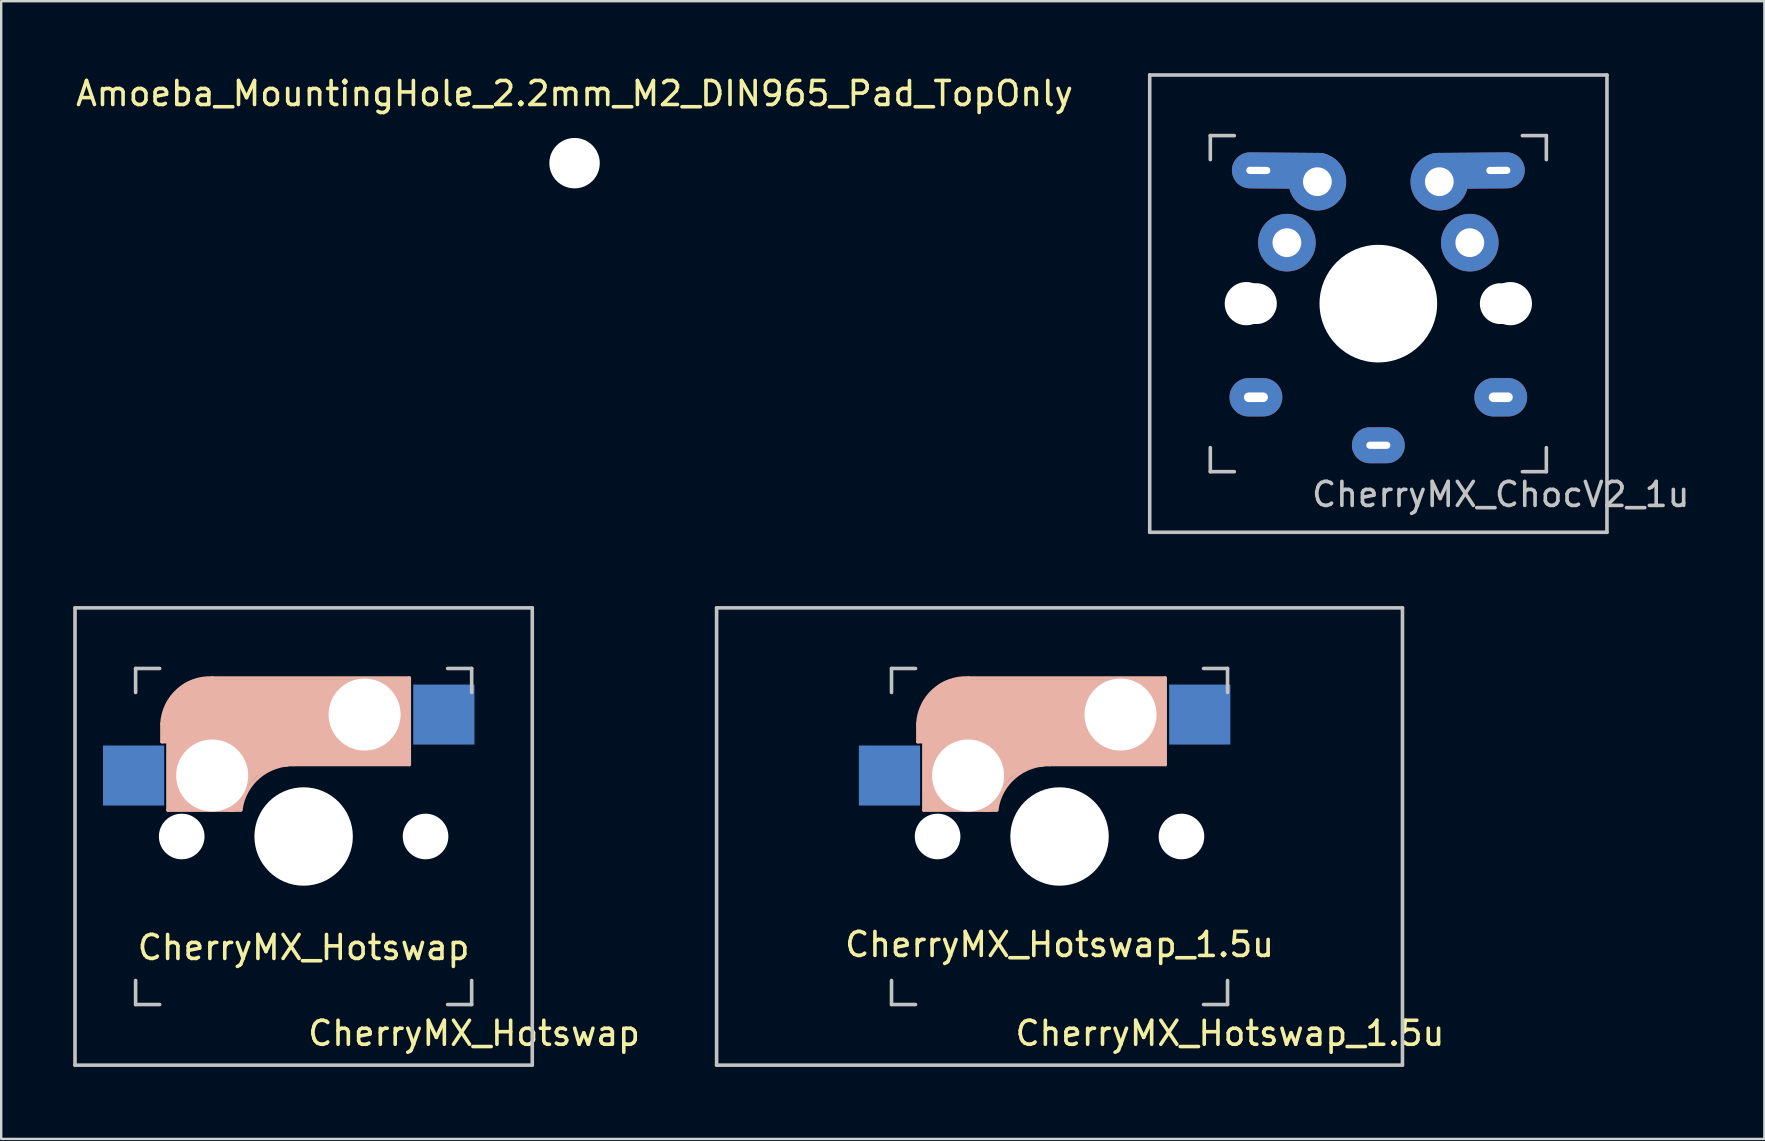
<source format=kicad_pcb>
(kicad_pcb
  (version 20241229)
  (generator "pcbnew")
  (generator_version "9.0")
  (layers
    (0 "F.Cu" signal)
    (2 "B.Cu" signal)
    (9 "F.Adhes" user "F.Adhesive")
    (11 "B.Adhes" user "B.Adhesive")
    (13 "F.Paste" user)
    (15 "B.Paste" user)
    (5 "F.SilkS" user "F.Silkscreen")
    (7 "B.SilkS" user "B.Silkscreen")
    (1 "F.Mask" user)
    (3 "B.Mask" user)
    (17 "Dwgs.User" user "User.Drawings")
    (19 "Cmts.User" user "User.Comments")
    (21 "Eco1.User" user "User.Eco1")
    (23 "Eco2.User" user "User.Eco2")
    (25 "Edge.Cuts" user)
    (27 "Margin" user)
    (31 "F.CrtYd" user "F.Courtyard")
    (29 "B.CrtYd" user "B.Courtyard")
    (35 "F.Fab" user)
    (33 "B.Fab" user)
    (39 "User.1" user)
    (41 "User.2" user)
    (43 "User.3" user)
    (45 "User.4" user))
  (footprint "CherryMX_Hotswap"
    (layer "F.Cu")
    (at 9.6 31.8)
    (property "Reference" "CherryMX_Hotswap" (at 7.1 8.2 0) (layer "F.SilkS") (effects (font (size 1 1) (thickness 0.15))))
    (attr through_hole)
    (fp_line (start -5.9 -4.7) (end -5.9 -3.95) (stroke (width 0.15) (type solid)) (layer "B.SilkS"))
    (fp_line (start -5.9 -3.95) (end -5.7 -3.95) (stroke (width 0.15) (type solid)) (layer "B.SilkS"))
    (fp_line (start -5.8 -4.05) (end -5.8 -4.7) (stroke (width 0.3) (type solid)) (layer "B.SilkS"))
    (fp_line (start -5.65 -5.55) (end -5.65 -1.1) (stroke (width 0.15) (type solid)) (layer "B.SilkS"))
    (fp_line (start -5.65 -1.1) (end -2.62 -1.1) (stroke (width 0.15) (type solid)) (layer "B.SilkS"))
    (fp_line (start -5.45 -1.3) (end -3 -1.3) (stroke (width 0.5) (type solid)) (layer "B.SilkS"))
    (fp_line (start -5.3 -1.6) (end -5.3 -3.4) (stroke (width 0.8) (type solid)) (layer "B.SilkS"))
    (fp_line (start -4.17 -5.1) (end -4.17 -2.86) (stroke (width 3) (type solid)) (layer "B.SilkS"))
    (fp_line (start -0.4 -3) (end 4.4 -3) (stroke (width 0.15) (type solid)) (layer "B.SilkS"))
    (fp_line (start 2.6 -4.8) (end -4.1 -4.8) (stroke (width 3.5) (type solid)) (layer "B.SilkS"))
    (fp_line (start 3.9 -6) (end 3.9 -3.5) (stroke (width 1) (type solid)) (layer "B.SilkS"))
    (fp_line (start 4.2 -3.25) (end 2.9 -3.3) (stroke (width 0.5) (type solid)) (layer "B.SilkS"))
    (fp_line (start 4.25 -6.4) (end 3 -6.4) (stroke (width 0.4) (type solid)) (layer "B.SilkS"))
    (fp_line (start 4.38 -4) (end 4.38 -6.25) (stroke (width 0.15) (type solid)) (layer "B.SilkS"))
    (fp_line (start 4.4 -6.6) (end -3.8 -6.6) (stroke (width 0.15) (type solid)) (layer "B.SilkS"))
    (fp_line (start 4.4 -3) (end 4.4 -6.6) (stroke (width 0.15) (type solid)) (layer "B.SilkS"))
    (fp_arc (start -5.9 -4.699999) (mid -5.243504 -6.084924) (end -3.800001 -6.6) (stroke (width 0.15) (type solid)) (layer "B.SilkS"))
    (fp_arc (start -3.016318 -1.521471) (mid -2.268709 -2.886118) (end -0.8 -3.4) (stroke (width 1) (type solid)) (layer "B.SilkS"))
    (fp_arc (start -2.616318 -1.121471) (mid -1.868709 -2.486118) (end -0.4 -3) (stroke (width 0.15) (type solid)) (layer "B.SilkS"))
    (fp_line (start -9.525 -9.525) (end 9.525 -9.525) (stroke (width 0.15) (type solid)) (layer "Dwgs.User"))
    (fp_line (start -9.525 9.525) (end -9.525 -9.525) (stroke (width 0.15) (type solid)) (layer "Dwgs.User"))
    (fp_line (start -7 -7) (end -6 -7) (stroke (width 0.15) (type solid)) (layer "Dwgs.User"))
    (fp_line (start -7 -6) (end -7 -7) (stroke (width 0.15) (type solid)) (layer "Dwgs.User"))
    (fp_line (start -7 6) (end -7 7) (stroke (width 0.15) (type solid)) (layer "Dwgs.User"))
    (fp_line (start -7 7) (end -6 7) (stroke (width 0.15) (type solid)) (layer "Dwgs.User"))
    (fp_line (start 6 7) (end 7 7) (stroke (width 0.15) (type solid)) (layer "Dwgs.User"))
    (fp_line (start 7 -7) (end 6 -7) (stroke (width 0.15) (type solid)) (layer "Dwgs.User"))
    (fp_line (start 7 -7) (end 7 -6) (stroke (width 0.15) (type solid)) (layer "Dwgs.User"))
    (fp_line (start 7 7) (end 7 6) (stroke (width 0.15) (type solid)) (layer "Dwgs.User"))
    (fp_line (start 9.525 -9.525) (end 9.525 9.525) (stroke (width 0.15) (type solid)) (layer "Dwgs.User"))
    (fp_line (start 9.525 9.525) (end -9.525 9.525) (stroke (width 0.15) (type solid)) (layer "Dwgs.User"))
    (fp_text user "${REFERENCE}" (at 0 4.625 0) (layer "F.SilkS") (effects (font (size 1 1) (thickness 0.15))))
    (pad "" np_thru_hole circle (at -5.08 0) (size 1.9 1.9) (drill 1.9) (layers "*.Cu" "*.Mask"))
    (pad "" np_thru_hole circle (at -3.81 -2.54) (size 3 3) (drill 3) (layers "*.Cu" "*.Mask"))
    (pad "" np_thru_hole circle (at 0 0 90) (size 4.1 4.1) (drill 4.1) (layers "*.Cu" "*.Mask"))
    (pad "" np_thru_hole circle (at 2.54 -5.08) (size 3 3) (drill 3) (layers "*.Cu" "*.Mask"))
    (pad "" np_thru_hole circle (at 5.08 0) (size 1.9 1.9) (drill 1.9) (layers "*.Cu" "*.Mask"))
    (pad "1" smd rect (at -7.085 -2.54 180) (size 2.55 2.5) (layers "B.Cu" "B.Mask" "B.Paste"))
    (pad "2" smd rect (at 5.842 -5.08 180) (size 2.55 2.5) (layers "B.Cu" "B.Mask" "B.Paste")))
  (footprint "Amoeba_MountingHole_2.2mm_M2_DIN965_Pad_TopOnly"
    (layer "F.Cu")
    (at 20.887 3.748)
    (property "Reference" "Amoeba_MountingHole_2.2mm_M2_DIN965_Pad_TopOnly" (at 0 -2.9 0) (layer "F.SilkS") (effects (font (size 1 1) (thickness 0.15))))
    (attr exclude_from_pos_files exclude_from_bom)
    (pad "" np_thru_hole circle (at 0 0) (size 2.1 2.1) (drill 2.1) (layers "*.Cu" "*.Mask")))
  (footprint "CherryMX_Hotswap_1.5u"
    (layer "F.Cu")
    (at 41.092 31.8)
    (property "Reference" "CherryMX_Hotswap_1.5u" (at 7.1 8.2 0) (layer "F.SilkS") (effects (font (size 1 1) (thickness 0.15))))
    (attr through_hole)
    (fp_line (start -5.9 -4.7) (end -5.9 -3.95) (stroke (width 0.15) (type solid)) (layer "B.SilkS"))
    (fp_line (start -5.9 -3.95) (end -5.7 -3.95) (stroke (width 0.15) (type solid)) (layer "B.SilkS"))
    (fp_line (start -5.8 -4.05) (end -5.8 -4.7) (stroke (width 0.3) (type solid)) (layer "B.SilkS"))
    (fp_line (start -5.65 -5.55) (end -5.65 -1.1) (stroke (width 0.15) (type solid)) (layer "B.SilkS"))
    (fp_line (start -5.65 -1.1) (end -2.62 -1.1) (stroke (width 0.15) (type solid)) (layer "B.SilkS"))
    (fp_line (start -5.45 -1.3) (end -3 -1.3) (stroke (width 0.5) (type solid)) (layer "B.SilkS"))
    (fp_line (start -5.3 -1.6) (end -5.3 -3.4) (stroke (width 0.8) (type solid)) (layer "B.SilkS"))
    (fp_line (start -4.17 -5.1) (end -4.17 -2.86) (stroke (width 3) (type solid)) (layer "B.SilkS"))
    (fp_line (start -0.4 -3) (end 4.4 -3) (stroke (width 0.15) (type solid)) (layer "B.SilkS"))
    (fp_line (start 2.6 -4.8) (end -4.1 -4.8) (stroke (width 3.5) (type solid)) (layer "B.SilkS"))
    (fp_line (start 3.9 -6) (end 3.9 -3.5) (stroke (width 1) (type solid)) (layer "B.SilkS"))
    (fp_line (start 4.2 -3.25) (end 2.9 -3.3) (stroke (width 0.5) (type solid)) (layer "B.SilkS"))
    (fp_line (start 4.25 -6.4) (end 3 -6.4) (stroke (width 0.4) (type solid)) (layer "B.SilkS"))
    (fp_line (start 4.38 -4) (end 4.38 -6.25) (stroke (width 0.15) (type solid)) (layer "B.SilkS"))
    (fp_line (start 4.4 -6.6) (end -3.8 -6.6) (stroke (width 0.15) (type solid)) (layer "B.SilkS"))
    (fp_line (start 4.4 -3) (end 4.4 -6.6) (stroke (width 0.15) (type solid)) (layer "B.SilkS"))
    (fp_arc (start -5.9 -4.699999) (mid -5.243504 -6.084924) (end -3.800001 -6.6) (stroke (width 0.15) (type solid)) (layer "B.SilkS"))
    (fp_arc (start -3.016318 -1.521471) (mid -2.268709 -2.886118) (end -0.8 -3.4) (stroke (width 1) (type solid)) (layer "B.SilkS"))
    (fp_arc (start -2.616318 -1.121471) (mid -1.868709 -2.486118) (end -0.4 -3) (stroke (width 0.15) (type solid)) (layer "B.SilkS"))
    (fp_line (start -14.287 -9.525) (end 14.287 -9.525) (stroke (width 0.15) (type solid)) (layer "Dwgs.User"))
    (fp_line (start -14.287 9.525) (end -14.287 -9.525) (stroke (width 0.15) (type solid)) (layer "Dwgs.User"))
    (fp_line (start -7 -7) (end -6 -7) (stroke (width 0.15) (type solid)) (layer "Dwgs.User"))
    (fp_line (start -7 -6) (end -7 -7) (stroke (width 0.15) (type solid)) (layer "Dwgs.User"))
    (fp_line (start -7 6) (end -7 7) (stroke (width 0.15) (type solid)) (layer "Dwgs.User"))
    (fp_line (start -7 7) (end -6 7) (stroke (width 0.15) (type solid)) (layer "Dwgs.User"))
    (fp_line (start 6 7) (end 7 7) (stroke (width 0.15) (type solid)) (layer "Dwgs.User"))
    (fp_line (start 7 -7) (end 6 -7) (stroke (width 0.15) (type solid)) (layer "Dwgs.User"))
    (fp_line (start 7 -7) (end 7 -6) (stroke (width 0.15) (type solid)) (layer "Dwgs.User"))
    (fp_line (start 7 7) (end 7 6) (stroke (width 0.15) (type solid)) (layer "Dwgs.User"))
    (fp_line (start 14.287 -9.525) (end 14.287 9.525) (stroke (width 0.15) (type solid)) (layer "Dwgs.User"))
    (fp_line (start 14.287 9.525) (end -14.287 9.525) (stroke (width 0.15) (type solid)) (layer "Dwgs.User"))
    (fp_text user "${REFERENCE}" (at 0 4.5 0) (layer "F.SilkS") (effects (font (size 1 1) (thickness 0.15))))
    (pad "" np_thru_hole circle (at -5.08 0) (size 1.9 1.9) (drill 1.9) (layers "*.Cu" "*.Mask"))
    (pad "" np_thru_hole circle (at -3.81 -2.54) (size 3 3) (drill 3) (layers "*.Cu" "*.Mask"))
    (pad "" np_thru_hole circle (at 0 0 90) (size 4.1 4.1) (drill 4.1) (layers "*.Cu" "*.Mask"))
    (pad "" np_thru_hole circle (at 2.54 -5.08) (size 3 3) (drill 3) (layers "*.Cu" "*.Mask"))
    (pad "" np_thru_hole circle (at 5.08 0) (size 1.9 1.9) (drill 1.9) (layers "*.Cu" "*.Mask"))
    (pad "1" smd rect (at -7.085 -2.54 180) (size 2.55 2.5) (layers "B.Cu" "B.Mask" "B.Paste"))
    (pad "2" smd rect (at 5.842 -5.08 180) (size 2.55 2.5) (layers "B.Cu" "B.Mask" "B.Paste")))
  (footprint "CherryMX_ChocV2_1u"
    (layer "F.Cu")
    (at 54.374 9.6)
    (property "Reference" "CherryMX_ChocV2_1u" (at 5.1 7.95 180) (layer "Dwgs.User") (effects (font (size 1 1) (thickness 0.15))))
    (attr through_hole)
    (fp_line (start -9.525 -9.525) (end 9.525 -9.525) (stroke (width 0.15) (type solid)) (layer "Dwgs.User"))
    (fp_line (start -9.525 9.525) (end -9.525 -9.525) (stroke (width 0.15) (type solid)) (layer "Dwgs.User"))
    (fp_line (start -7 -7) (end -6 -7) (stroke (width 0.15) (type solid)) (layer "Dwgs.User"))
    (fp_line (start -7 -6) (end -7 -7) (stroke (width 0.15) (type solid)) (layer "Dwgs.User"))
    (fp_line (start -7 7) (end -7 6) (stroke (width 0.15) (type solid)) (layer "Dwgs.User"))
    (fp_line (start -6 7) (end -7 7) (stroke (width 0.15) (type solid)) (layer "Dwgs.User"))
    (fp_line (start 6 7) (end 7 7) (stroke (width 0.15) (type solid)) (layer "Dwgs.User"))
    (fp_line (start 7 -7) (end 6 -7) (stroke (width 0.15) (type solid)) (layer "Dwgs.User"))
    (fp_line (start 7 -6) (end 7 -7) (stroke (width 0.15) (type solid)) (layer "Dwgs.User"))
    (fp_line (start 7 7) (end 7 6) (stroke (width 0.15) (type solid)) (layer "Dwgs.User"))
    (fp_line (start 9.525 -9.525) (end 9.525 9.525) (stroke (width 0.15) (type solid)) (layer "Dwgs.User"))
    (fp_line (start 9.525 9.525) (end -9.525 9.525) (stroke (width 0.15) (type solid)) (layer "Dwgs.User"))
    (pad "" np_thru_hole circle (at -5.5 0 90) (size 1.8 1.8) (drill 1.8) (layers "*.Cu" "*.Mask"))
    (pad "" np_thru_hole circle (at -5.08 0) (size 1.7 1.7) (drill 1.7) (layers "*.Cu" "*.Mask"))
    (pad "" np_thru_hole circle (at 0 0 90) (size 4.9 4.9) (drill 4.9) (layers "*.Cu" "*.Mask"))
    (pad "" np_thru_hole circle (at 5.08 0) (size 1.7 1.7) (drill 1.7) (layers "*.Cu" "*.Mask"))
    (pad "" np_thru_hole circle (at 5.5 0 90) (size 1.8 1.8) (drill 1.8) (layers "*.Cu" "*.Mask"))
    (pad "1" thru_hole oval (at -5.1 3.9) (size 2.2 1.6) (drill oval 1 0.4) (layers "*.Cu" "*.Mask"))
    (pad "1" thru_hole circle (at -3.81 -2.54) (size 2.4 2.4) (drill 1.2) (layers "*.Cu" "*.Mask"))
    (pad "1" thru_hole circle (at 3.81 -2.54) (size 2.4 2.4) (drill 1.2) (layers "*.Cu" "*.Mask"))
    (pad "1" thru_hole oval (at 5.1 3.9) (size 2.2 1.6) (drill oval 1 0.4) (layers "*.Cu" "*.Mask"))
    (pad "2" thru_hole oval (at -5 -5.55 359.5) (size 4.4 1.5) (drill oval 1 0.3 (offset 1.1 0)) (layers "*.Cu" "*.Mask"))
    (pad "2" thru_hole circle (at -2.54 -5.08) (size 2.4 2.4) (drill 1.2) (layers "*.Cu" "*.Mask"))
    (pad "2" thru_hole oval (at 0 5.9) (size 2.2 1.5) (drill oval 1 0.3) (layers "*.Cu" "*.Mask"))
    (pad "2" thru_hole circle (at 2.54 -5.08) (size 2.4 2.4) (drill 1.2) (layers "*.Cu" "*.Mask"))
    (pad "2" thru_hole oval (at 5 -5.55 0.5) (size 4.4 1.5) (drill oval 1 0.3 (offset -1.1 0)) (layers "*.Cu" "*.Mask")))
  (gr_rect
    (start -3 -3)
    (end 70.456 44.4)
    (stroke (width 0.1) (type default))
    (fill no)
    (layer "Edge.Cuts")))
</source>
